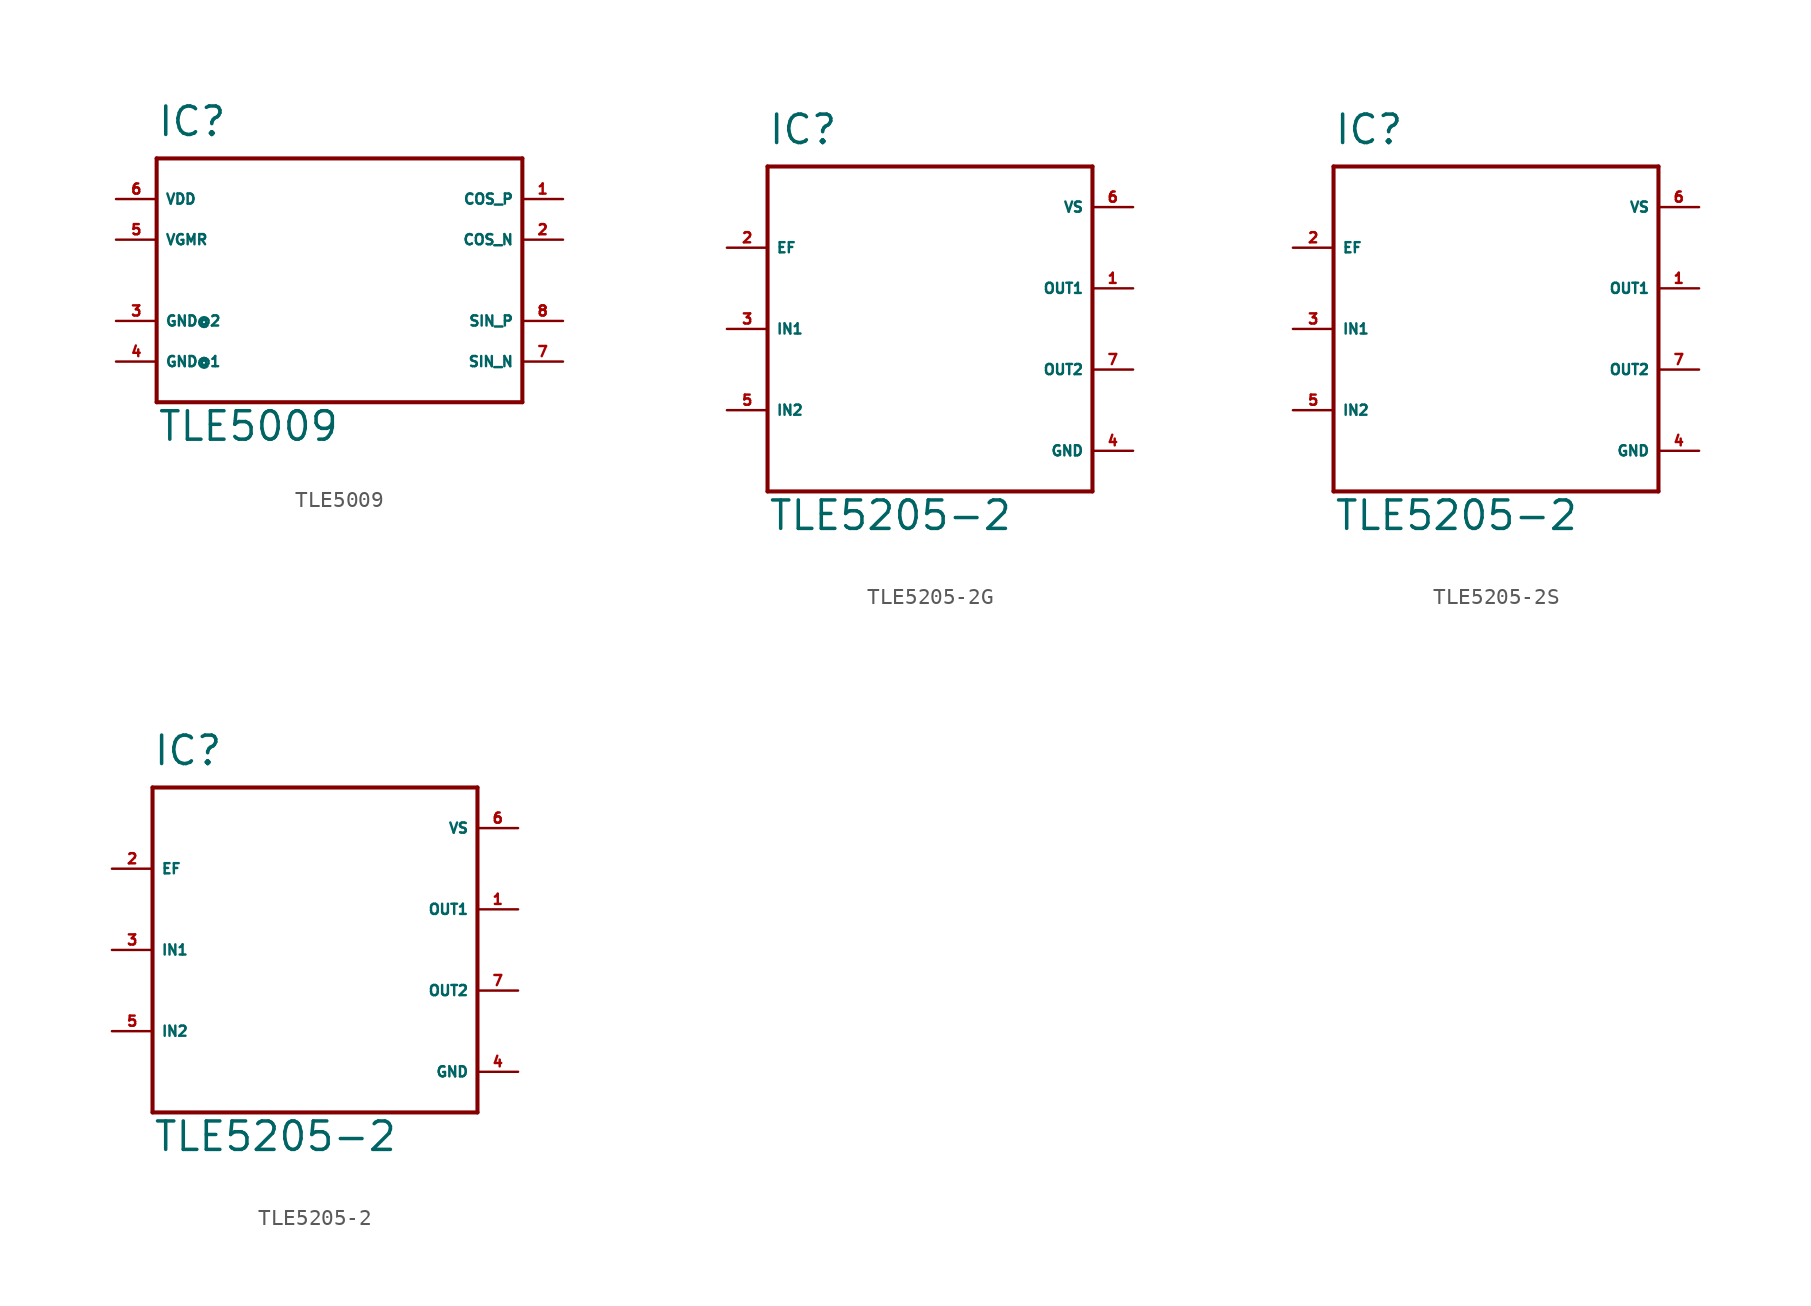
<source format=kicad_sym>
(kicad_symbol_lib
  (version 20220914)
  (generator Eagle2Kicad)
  (symbol "TLE5009"
    (property "Reference" "IC"
      (at -10.16 8.89 0)
      (effects (font (size 1.778 1.778) (thickness 0.22)) (justify left bottom)))
    (property "Value" "TLE5009"
      (at -10.16 -10.16 0)
      (effects (font (size 1.778 1.778) (thickness 0.22)) (justify left bottom)))
    (polyline
      (pts (xy -10.16 7.62) (xy 12.7 7.62))
      (stroke (width 0.254) (type default))
      (fill (type none)))
    (polyline
      (pts (xy 12.7 7.62) (xy 12.7 -7.62))
      (stroke (width 0.254) (type default))
      (fill (type none)))
    (polyline
      (pts (xy 12.7 -7.62) (xy -10.16 -7.62))
      (stroke (width 0.254) (type default))
      (fill (type none)))
    (polyline
      (pts (xy -10.16 -7.62) (xy -10.16 7.62))
      (stroke (width 0.254) (type default))
      (fill (type none)))
    (pin output line
      (at 15.24 5.08 180)
      (length 2.54)
      (name "COS_P" (effects (font (size 0.635 0.635) (thickness 0.08)) (justify left bottom)))
      (number "1" (effects (font (size 0.635 0.635) (thickness 0.08)) (justify left bottom))))
    (pin output line
      (at 15.24 2.54 180)
      (length 2.54)
      (name "COS_N" (effects (font (size 0.635 0.635) (thickness 0.08)) (justify left bottom)))
      (number "2" (effects (font (size 0.635 0.635) (thickness 0.08)) (justify left bottom))))
    (pin output line
      (at 15.24 -2.54 180)
      (length 2.54)
      (name "SIN_P" (effects (font (size 0.635 0.635) (thickness 0.08)) (justify left bottom)))
      (number "8" (effects (font (size 0.635 0.635) (thickness 0.08)) (justify left bottom))))
    (pin output line
      (at 15.24 -5.08 180)
      (length 2.54)
      (name "SIN_N" (effects (font (size 0.635 0.635) (thickness 0.08)) (justify left bottom)))
      (number "7" (effects (font (size 0.635 0.635) (thickness 0.08)) (justify left bottom))))
    (pin unspecified line
      (at -12.7 -5.08 0)
      (length 2.54)
      (name "GND@1" (effects (font (size 0.635 0.635) (thickness 0.08)) (justify left bottom)))
      (number "4" (effects (font (size 0.635 0.635) (thickness 0.08)) (justify left bottom))))
    (pin unspecified line
      (at -12.7 -2.54 0)
      (length 2.54)
      (name "GND@2" (effects (font (size 0.635 0.635) (thickness 0.08)) (justify left bottom)))
      (number "3" (effects (font (size 0.635 0.635) (thickness 0.08)) (justify left bottom))))
    (pin unspecified line
      (at -12.7 5.08 0)
      (length 2.54)
      (name "VDD" (effects (font (size 0.635 0.635) (thickness 0.08)) (justify left bottom)))
      (number "6" (effects (font (size 0.635 0.635) (thickness 0.08)) (justify left bottom))))
    (pin passive line
      (at -12.7 2.54 0)
      (length 2.54)
      (name "VGMR" (effects (font (size 0.635 0.635) (thickness 0.08)) (justify left bottom)))
      (number "5" (effects (font (size 0.635 0.635) (thickness 0.08)) (justify left bottom)))))
  (symbol "TLE5205-2G"
    (property "Reference" "IC"
      (at -10.16 11.43 0)
      (effects (font (size 1.778 1.778) (thickness 0.22)) (justify left bottom)))
    (property "Value" "TLE5205-2"
      (at -10.16 -12.7 0)
      (effects (font (size 1.778 1.778) (thickness 0.22)) (justify left bottom)))
    (polyline
      (pts (xy -10.16 10.16) (xy 10.16 10.16))
      (stroke (width 0.254) (type default))
      (fill (type none)))
    (polyline
      (pts (xy 10.16 10.16) (xy 10.16 -10.16))
      (stroke (width 0.254) (type default))
      (fill (type none)))
    (polyline
      (pts (xy 10.16 -10.16) (xy -10.16 -10.16))
      (stroke (width 0.254) (type default))
      (fill (type none)))
    (polyline
      (pts (xy -10.16 -10.16) (xy -10.16 10.16))
      (stroke (width 0.254) (type default))
      (fill (type none)))
    (pin open_collector line
      (at -12.7 5.08 0)
      (length 2.54)
      (name "EF" (effects (font (size 0.635 0.635) (thickness 0.08)) (justify left bottom)))
      (number "2" (effects (font (size 0.635 0.635) (thickness 0.08)) (justify left bottom))))
    (pin input line
      (at -12.7 0 0)
      (length 2.54)
      (name "IN1" (effects (font (size 0.635 0.635) (thickness 0.08)) (justify left bottom)))
      (number "3" (effects (font (size 0.635 0.635) (thickness 0.08)) (justify left bottom))))
    (pin input line
      (at -12.7 -5.08 0)
      (length 2.54)
      (name "IN2" (effects (font (size 0.635 0.635) (thickness 0.08)) (justify left bottom)))
      (number "5" (effects (font (size 0.635 0.635) (thickness 0.08)) (justify left bottom))))
    (pin output line
      (at 12.7 2.54 180)
      (length 2.54)
      (name "OUT1" (effects (font (size 0.635 0.635) (thickness 0.08)) (justify left bottom)))
      (number "1" (effects (font (size 0.635 0.635) (thickness 0.08)) (justify left bottom))))
    (pin output line
      (at 12.7 -2.54 180)
      (length 2.54)
      (name "OUT2" (effects (font (size 0.635 0.635) (thickness 0.08)) (justify left bottom)))
      (number "7" (effects (font (size 0.635 0.635) (thickness 0.08)) (justify left bottom))))
    (pin input line
      (at 12.7 7.62 180)
      (length 2.54)
      (name "VS" (effects (font (size 0.635 0.635) (thickness 0.08)) (justify left bottom)))
      (number "6" (effects (font (size 0.635 0.635) (thickness 0.08)) (justify left bottom))))
    (pin unspecified line
      (at 12.7 -7.62 180)
      (length 2.54)
      (name "GND" (effects (font (size 0.635 0.635) (thickness 0.08)) (justify left bottom)))
      (number "4" (effects (font (size 0.635 0.635) (thickness 0.08)) (justify left bottom)))))
  (symbol "TLE5205-2S"
    (property "Reference" "IC"
      (at -10.16 11.43 0)
      (effects (font (size 1.778 1.778) (thickness 0.22)) (justify left bottom)))
    (property "Value" "TLE5205-2"
      (at -10.16 -12.7 0)
      (effects (font (size 1.778 1.778) (thickness 0.22)) (justify left bottom)))
    (polyline
      (pts (xy -10.16 10.16) (xy 10.16 10.16))
      (stroke (width 0.254) (type default))
      (fill (type none)))
    (polyline
      (pts (xy 10.16 10.16) (xy 10.16 -10.16))
      (stroke (width 0.254) (type default))
      (fill (type none)))
    (polyline
      (pts (xy 10.16 -10.16) (xy -10.16 -10.16))
      (stroke (width 0.254) (type default))
      (fill (type none)))
    (polyline
      (pts (xy -10.16 -10.16) (xy -10.16 10.16))
      (stroke (width 0.254) (type default))
      (fill (type none)))
    (pin open_collector line
      (at -12.7 5.08 0)
      (length 2.54)
      (name "EF" (effects (font (size 0.635 0.635) (thickness 0.08)) (justify left bottom)))
      (number "2" (effects (font (size 0.635 0.635) (thickness 0.08)) (justify left bottom))))
    (pin input line
      (at -12.7 0 0)
      (length 2.54)
      (name "IN1" (effects (font (size 0.635 0.635) (thickness 0.08)) (justify left bottom)))
      (number "3" (effects (font (size 0.635 0.635) (thickness 0.08)) (justify left bottom))))
    (pin input line
      (at -12.7 -5.08 0)
      (length 2.54)
      (name "IN2" (effects (font (size 0.635 0.635) (thickness 0.08)) (justify left bottom)))
      (number "5" (effects (font (size 0.635 0.635) (thickness 0.08)) (justify left bottom))))
    (pin output line
      (at 12.7 2.54 180)
      (length 2.54)
      (name "OUT1" (effects (font (size 0.635 0.635) (thickness 0.08)) (justify left bottom)))
      (number "1" (effects (font (size 0.635 0.635) (thickness 0.08)) (justify left bottom))))
    (pin output line
      (at 12.7 -2.54 180)
      (length 2.54)
      (name "OUT2" (effects (font (size 0.635 0.635) (thickness 0.08)) (justify left bottom)))
      (number "7" (effects (font (size 0.635 0.635) (thickness 0.08)) (justify left bottom))))
    (pin input line
      (at 12.7 7.62 180)
      (length 2.54)
      (name "VS" (effects (font (size 0.635 0.635) (thickness 0.08)) (justify left bottom)))
      (number "6" (effects (font (size 0.635 0.635) (thickness 0.08)) (justify left bottom))))
    (pin unspecified line
      (at 12.7 -7.62 180)
      (length 2.54)
      (name "GND" (effects (font (size 0.635 0.635) (thickness 0.08)) (justify left bottom)))
      (number "4" (effects (font (size 0.635 0.635) (thickness 0.08)) (justify left bottom)))))
  (symbol "TLE5205-2"
    (property "Reference" "IC"
      (at -10.16 11.43 0)
      (effects (font (size 1.778 1.778) (thickness 0.22)) (justify left bottom)))
    (property "Value" "TLE5205-2"
      (at -10.16 -12.7 0)
      (effects (font (size 1.778 1.778) (thickness 0.22)) (justify left bottom)))
    (polyline
      (pts (xy -10.16 10.16) (xy 10.16 10.16))
      (stroke (width 0.254) (type default))
      (fill (type none)))
    (polyline
      (pts (xy 10.16 10.16) (xy 10.16 -10.16))
      (stroke (width 0.254) (type default))
      (fill (type none)))
    (polyline
      (pts (xy 10.16 -10.16) (xy -10.16 -10.16))
      (stroke (width 0.254) (type default))
      (fill (type none)))
    (polyline
      (pts (xy -10.16 -10.16) (xy -10.16 10.16))
      (stroke (width 0.254) (type default))
      (fill (type none)))
    (pin open_collector line
      (at -12.7 5.08 0)
      (length 2.54)
      (name "EF" (effects (font (size 0.635 0.635) (thickness 0.08)) (justify left bottom)))
      (number "2" (effects (font (size 0.635 0.635) (thickness 0.08)) (justify left bottom))))
    (pin input line
      (at -12.7 0 0)
      (length 2.54)
      (name "IN1" (effects (font (size 0.635 0.635) (thickness 0.08)) (justify left bottom)))
      (number "3" (effects (font (size 0.635 0.635) (thickness 0.08)) (justify left bottom))))
    (pin input line
      (at -12.7 -5.08 0)
      (length 2.54)
      (name "IN2" (effects (font (size 0.635 0.635) (thickness 0.08)) (justify left bottom)))
      (number "5" (effects (font (size 0.635 0.635) (thickness 0.08)) (justify left bottom))))
    (pin output line
      (at 12.7 2.54 180)
      (length 2.54)
      (name "OUT1" (effects (font (size 0.635 0.635) (thickness 0.08)) (justify left bottom)))
      (number "1" (effects (font (size 0.635 0.635) (thickness 0.08)) (justify left bottom))))
    (pin output line
      (at 12.7 -2.54 180)
      (length 2.54)
      (name "OUT2" (effects (font (size 0.635 0.635) (thickness 0.08)) (justify left bottom)))
      (number "7" (effects (font (size 0.635 0.635) (thickness 0.08)) (justify left bottom))))
    (pin input line
      (at 12.7 7.62 180)
      (length 2.54)
      (name "VS" (effects (font (size 0.635 0.635) (thickness 0.08)) (justify left bottom)))
      (number "6" (effects (font (size 0.635 0.635) (thickness 0.08)) (justify left bottom))))
    (pin unspecified line
      (at 12.7 -7.62 180)
      (length 2.54)
      (name "GND" (effects (font (size 0.635 0.635) (thickness 0.08)) (justify left bottom)))
      (number "4" (effects (font (size 0.635 0.635) (thickness 0.08)) (justify left bottom))))))
</source>
